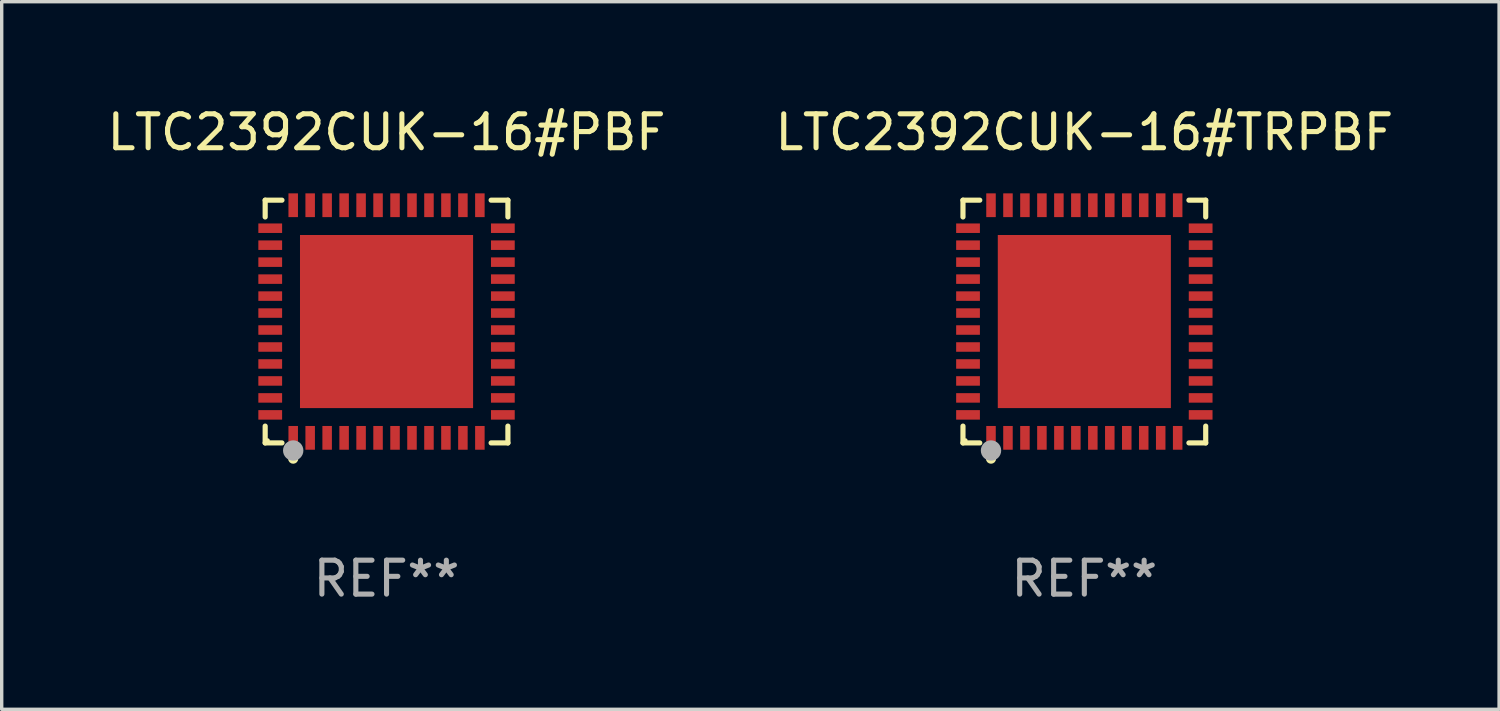
<source format=kicad_pcb>
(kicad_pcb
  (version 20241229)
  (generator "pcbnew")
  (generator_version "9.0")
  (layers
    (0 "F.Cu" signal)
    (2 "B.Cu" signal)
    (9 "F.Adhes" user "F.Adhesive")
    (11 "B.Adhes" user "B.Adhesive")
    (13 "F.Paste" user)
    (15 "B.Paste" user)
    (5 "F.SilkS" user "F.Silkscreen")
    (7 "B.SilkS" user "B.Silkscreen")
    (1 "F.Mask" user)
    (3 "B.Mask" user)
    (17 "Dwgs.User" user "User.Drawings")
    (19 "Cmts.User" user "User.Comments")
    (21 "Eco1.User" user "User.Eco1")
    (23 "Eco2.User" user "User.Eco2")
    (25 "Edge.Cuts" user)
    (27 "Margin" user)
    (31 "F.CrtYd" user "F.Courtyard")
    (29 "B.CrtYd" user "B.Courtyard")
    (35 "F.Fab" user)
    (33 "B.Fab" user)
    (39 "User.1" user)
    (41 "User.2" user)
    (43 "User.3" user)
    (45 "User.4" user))
  (footprint "LTC2392CUK-16#TRPBF"
    (layer "F.Cu")
    (at 28.899 6.424)
    (property "Reference" "LTC2392CUK-16#TRPBF" (at 0 -5.576 0) (layer "F.SilkS") (effects (font (size 1 1) (thickness 0.15))))
    (attr through_hole)
    (fp_line (start -3.576 -3.576) (end -3.081 -3.576) (stroke (width 0.152) (type solid)) (layer "F.SilkS"))
    (fp_line (start -3.576 -3.081) (end -3.576 -3.576) (stroke (width 0.152) (type solid)) (layer "F.SilkS"))
    (fp_line (start -3.576 3.081) (end -3.576 3.576) (stroke (width 0.152) (type solid)) (layer "F.SilkS"))
    (fp_line (start -3.576 3.576) (end -3.081 3.576) (stroke (width 0.152) (type solid)) (layer "F.SilkS"))
    (fp_line (start 3.576 -3.576) (end 3.081 -3.576) (stroke (width 0.152) (type solid)) (layer "F.SilkS"))
    (fp_line (start 3.576 -3.081) (end 3.576 -3.576) (stroke (width 0.152) (type solid)) (layer "F.SilkS"))
    (fp_line (start 3.576 3.081) (end 3.576 3.576) (stroke (width 0.152) (type solid)) (layer "F.SilkS"))
    (fp_line (start 3.576 3.576) (end 3.081 3.576) (stroke (width 0.152) (type solid)) (layer "F.SilkS"))
    (fp_circle (center -3.5 3.5) (end -3.47 3.5) (stroke (width 0.06) (type solid)) (fill no) (layer "F.SilkS"))
    (fp_circle (center -2.75 4.04) (end -2.675 4.04) (stroke (width 0.15) (type solid)) (fill no) (layer "F.SilkS"))
    (fp_circle (center -2.75 3.8) (end -2.6 3.8) (stroke (width 0.3) (type solid)) (fill no) (layer "F.Fab"))
    (fp_text user "REF**" (at 0 7.576 0) (layer "F.Fab") (effects (font (size 1 1) (thickness 0.15))))
    (pad "1" smd rect (at -2.75 3.427) (size 0.28 0.7) (layers "F.Cu" "F.Mask" "F.Paste"))
    (pad "2" smd rect (at -2.25 3.427) (size 0.28 0.7) (layers "F.Cu" "F.Mask" "F.Paste"))
    (pad "3" smd rect (at -1.75 3.427) (size 0.28 0.7) (layers "F.Cu" "F.Mask" "F.Paste"))
    (pad "4" smd rect (at -1.25 3.427) (size 0.28 0.7) (layers "F.Cu" "F.Mask" "F.Paste"))
    (pad "5" smd rect (at -0.75 3.427) (size 0.28 0.7) (layers "F.Cu" "F.Mask" "F.Paste"))
    (pad "6" smd rect (at -0.25 3.427) (size 0.28 0.7) (layers "F.Cu" "F.Mask" "F.Paste"))
    (pad "7" smd rect (at 0.25 3.427) (size 0.28 0.7) (layers "F.Cu" "F.Mask" "F.Paste"))
    (pad "8" smd rect (at 0.75 3.427) (size 0.28 0.7) (layers "F.Cu" "F.Mask" "F.Paste"))
    (pad "9" smd rect (at 1.25 3.427) (size 0.28 0.7) (layers "F.Cu" "F.Mask" "F.Paste"))
    (pad "10" smd rect (at 1.75 3.427) (size 0.28 0.7) (layers "F.Cu" "F.Mask" "F.Paste"))
    (pad "11" smd rect (at 2.25 3.427) (size 0.28 0.7) (layers "F.Cu" "F.Mask" "F.Paste"))
    (pad "12" smd rect (at 2.75 3.427) (size 0.28 0.7) (layers "F.Cu" "F.Mask" "F.Paste"))
    (pad "13" smd rect (at 3.427 2.75) (size 0.7 0.28) (layers "F.Cu" "F.Mask" "F.Paste"))
    (pad "14" smd rect (at 3.427 2.25) (size 0.7 0.28) (layers "F.Cu" "F.Mask" "F.Paste"))
    (pad "15" smd rect (at 3.427 1.75) (size 0.7 0.28) (layers "F.Cu" "F.Mask" "F.Paste"))
    (pad "16" smd rect (at 3.427 1.25) (size 0.7 0.28) (layers "F.Cu" "F.Mask" "F.Paste"))
    (pad "17" smd rect (at 3.427 0.75) (size 0.7 0.28) (layers "F.Cu" "F.Mask" "F.Paste"))
    (pad "18" smd rect (at 3.427 0.25) (size 0.7 0.28) (layers "F.Cu" "F.Mask" "F.Paste"))
    (pad "19" smd rect (at 3.427 -0.25) (size 0.7 0.28) (layers "F.Cu" "F.Mask" "F.Paste"))
    (pad "20" smd rect (at 3.427 -0.75) (size 0.7 0.28) (layers "F.Cu" "F.Mask" "F.Paste"))
    (pad "21" smd rect (at 3.427 -1.25) (size 0.7 0.28) (layers "F.Cu" "F.Mask" "F.Paste"))
    (pad "22" smd rect (at 3.427 -1.75) (size 0.7 0.28) (layers "F.Cu" "F.Mask" "F.Paste"))
    (pad "23" smd rect (at 3.427 -2.25) (size 0.7 0.28) (layers "F.Cu" "F.Mask" "F.Paste"))
    (pad "24" smd rect (at 3.427 -2.75) (size 0.7 0.28) (layers "F.Cu" "F.Mask" "F.Paste"))
    (pad "25" smd rect (at 2.75 -3.427) (size 0.28 0.7) (layers "F.Cu" "F.Mask" "F.Paste"))
    (pad "26" smd rect (at 2.25 -3.427) (size 0.28 0.7) (layers "F.Cu" "F.Mask" "F.Paste"))
    (pad "27" smd rect (at 1.75 -3.427) (size 0.28 0.7) (layers "F.Cu" "F.Mask" "F.Paste"))
    (pad "28" smd rect (at 1.25 -3.427) (size 0.28 0.7) (layers "F.Cu" "F.Mask" "F.Paste"))
    (pad "29" smd rect (at 0.75 -3.427) (size 0.28 0.7) (layers "F.Cu" "F.Mask" "F.Paste"))
    (pad "30" smd rect (at 0.25 -3.427) (size 0.28 0.7) (layers "F.Cu" "F.Mask" "F.Paste"))
    (pad "31" smd rect (at -0.25 -3.427) (size 0.28 0.7) (layers "F.Cu" "F.Mask" "F.Paste"))
    (pad "32" smd rect (at -0.75 -3.427) (size 0.28 0.7) (layers "F.Cu" "F.Mask" "F.Paste"))
    (pad "33" smd rect (at -1.25 -3.427) (size 0.28 0.7) (layers "F.Cu" "F.Mask" "F.Paste"))
    (pad "34" smd rect (at -1.75 -3.427) (size 0.28 0.7) (layers "F.Cu" "F.Mask" "F.Paste"))
    (pad "35" smd rect (at -2.25 -3.427) (size 0.28 0.7) (layers "F.Cu" "F.Mask" "F.Paste"))
    (pad "36" smd rect (at -2.75 -3.427) (size 0.28 0.7) (layers "F.Cu" "F.Mask" "F.Paste"))
    (pad "37" smd rect (at -3.427 -2.75) (size 0.7 0.28) (layers "F.Cu" "F.Mask" "F.Paste"))
    (pad "38" smd rect (at -3.427 -2.25) (size 0.7 0.28) (layers "F.Cu" "F.Mask" "F.Paste"))
    (pad "39" smd rect (at -3.427 -1.75) (size 0.7 0.28) (layers "F.Cu" "F.Mask" "F.Paste"))
    (pad "40" smd rect (at -3.427 -1.25) (size 0.7 0.28) (layers "F.Cu" "F.Mask" "F.Paste"))
    (pad "41" smd rect (at -3.427 -0.75) (size 0.7 0.28) (layers "F.Cu" "F.Mask" "F.Paste"))
    (pad "42" smd rect (at -3.427 -0.25) (size 0.7 0.28) (layers "F.Cu" "F.Mask" "F.Paste"))
    (pad "43" smd rect (at -3.427 0.25) (size 0.7 0.28) (layers "F.Cu" "F.Mask" "F.Paste"))
    (pad "44" smd rect (at -3.427 0.75) (size 0.7 0.28) (layers "F.Cu" "F.Mask" "F.Paste"))
    (pad "45" smd rect (at -3.427 1.25) (size 0.7 0.28) (layers "F.Cu" "F.Mask" "F.Paste"))
    (pad "46" smd rect (at -3.427 1.75) (size 0.7 0.28) (layers "F.Cu" "F.Mask" "F.Paste"))
    (pad "47" smd rect (at -3.427 2.25) (size 0.7 0.28) (layers "F.Cu" "F.Mask" "F.Paste"))
    (pad "48" smd rect (at -3.427 2.75) (size 0.7 0.28) (layers "F.Cu" "F.Mask" "F.Paste"))
    (pad "49" smd rect (at 0 0) (size 5.1 5.1) (layers "F.Cu" "F.Mask" "F.Paste")))
  (footprint "LTC2392CUK-16#PBF"
    (layer "F.Cu")
    (at 8.339 6.424)
    (property "Reference" "LTC2392CUK-16#PBF" (at 0 -5.576 0) (layer "F.SilkS") (effects (font (size 1 1) (thickness 0.15))))
    (attr through_hole)
    (fp_line (start -3.576 -3.576) (end -3.081 -3.576) (stroke (width 0.152) (type solid)) (layer "F.SilkS"))
    (fp_line (start -3.576 -3.081) (end -3.576 -3.576) (stroke (width 0.152) (type solid)) (layer "F.SilkS"))
    (fp_line (start -3.576 3.081) (end -3.576 3.576) (stroke (width 0.152) (type solid)) (layer "F.SilkS"))
    (fp_line (start -3.576 3.576) (end -3.081 3.576) (stroke (width 0.152) (type solid)) (layer "F.SilkS"))
    (fp_line (start 3.576 -3.576) (end 3.081 -3.576) (stroke (width 0.152) (type solid)) (layer "F.SilkS"))
    (fp_line (start 3.576 -3.081) (end 3.576 -3.576) (stroke (width 0.152) (type solid)) (layer "F.SilkS"))
    (fp_line (start 3.576 3.081) (end 3.576 3.576) (stroke (width 0.152) (type solid)) (layer "F.SilkS"))
    (fp_line (start 3.576 3.576) (end 3.081 3.576) (stroke (width 0.152) (type solid)) (layer "F.SilkS"))
    (fp_circle (center -3.5 3.5) (end -3.47 3.5) (stroke (width 0.06) (type solid)) (fill no) (layer "F.SilkS"))
    (fp_circle (center -2.75 4.04) (end -2.675 4.04) (stroke (width 0.15) (type solid)) (fill no) (layer "F.SilkS"))
    (fp_circle (center -2.75 3.8) (end -2.6 3.8) (stroke (width 0.3) (type solid)) (fill no) (layer "F.Fab"))
    (fp_text user "REF**" (at 0 7.576 0) (layer "F.Fab") (effects (font (size 1 1) (thickness 0.15))))
    (pad "1" smd rect (at -2.75 3.427) (size 0.28 0.7) (layers "F.Cu" "F.Mask" "F.Paste"))
    (pad "2" smd rect (at -2.25 3.427) (size 0.28 0.7) (layers "F.Cu" "F.Mask" "F.Paste"))
    (pad "3" smd rect (at -1.75 3.427) (size 0.28 0.7) (layers "F.Cu" "F.Mask" "F.Paste"))
    (pad "4" smd rect (at -1.25 3.427) (size 0.28 0.7) (layers "F.Cu" "F.Mask" "F.Paste"))
    (pad "5" smd rect (at -0.75 3.427) (size 0.28 0.7) (layers "F.Cu" "F.Mask" "F.Paste"))
    (pad "6" smd rect (at -0.25 3.427) (size 0.28 0.7) (layers "F.Cu" "F.Mask" "F.Paste"))
    (pad "7" smd rect (at 0.25 3.427) (size 0.28 0.7) (layers "F.Cu" "F.Mask" "F.Paste"))
    (pad "8" smd rect (at 0.75 3.427) (size 0.28 0.7) (layers "F.Cu" "F.Mask" "F.Paste"))
    (pad "9" smd rect (at 1.25 3.427) (size 0.28 0.7) (layers "F.Cu" "F.Mask" "F.Paste"))
    (pad "10" smd rect (at 1.75 3.427) (size 0.28 0.7) (layers "F.Cu" "F.Mask" "F.Paste"))
    (pad "11" smd rect (at 2.25 3.427) (size 0.28 0.7) (layers "F.Cu" "F.Mask" "F.Paste"))
    (pad "12" smd rect (at 2.75 3.427) (size 0.28 0.7) (layers "F.Cu" "F.Mask" "F.Paste"))
    (pad "13" smd rect (at 3.427 2.75) (size 0.7 0.28) (layers "F.Cu" "F.Mask" "F.Paste"))
    (pad "14" smd rect (at 3.427 2.25) (size 0.7 0.28) (layers "F.Cu" "F.Mask" "F.Paste"))
    (pad "15" smd rect (at 3.427 1.75) (size 0.7 0.28) (layers "F.Cu" "F.Mask" "F.Paste"))
    (pad "16" smd rect (at 3.427 1.25) (size 0.7 0.28) (layers "F.Cu" "F.Mask" "F.Paste"))
    (pad "17" smd rect (at 3.427 0.75) (size 0.7 0.28) (layers "F.Cu" "F.Mask" "F.Paste"))
    (pad "18" smd rect (at 3.427 0.25) (size 0.7 0.28) (layers "F.Cu" "F.Mask" "F.Paste"))
    (pad "19" smd rect (at 3.427 -0.25) (size 0.7 0.28) (layers "F.Cu" "F.Mask" "F.Paste"))
    (pad "20" smd rect (at 3.427 -0.75) (size 0.7 0.28) (layers "F.Cu" "F.Mask" "F.Paste"))
    (pad "21" smd rect (at 3.427 -1.25) (size 0.7 0.28) (layers "F.Cu" "F.Mask" "F.Paste"))
    (pad "22" smd rect (at 3.427 -1.75) (size 0.7 0.28) (layers "F.Cu" "F.Mask" "F.Paste"))
    (pad "23" smd rect (at 3.427 -2.25) (size 0.7 0.28) (layers "F.Cu" "F.Mask" "F.Paste"))
    (pad "24" smd rect (at 3.427 -2.75) (size 0.7 0.28) (layers "F.Cu" "F.Mask" "F.Paste"))
    (pad "25" smd rect (at 2.75 -3.427) (size 0.28 0.7) (layers "F.Cu" "F.Mask" "F.Paste"))
    (pad "26" smd rect (at 2.25 -3.427) (size 0.28 0.7) (layers "F.Cu" "F.Mask" "F.Paste"))
    (pad "27" smd rect (at 1.75 -3.427) (size 0.28 0.7) (layers "F.Cu" "F.Mask" "F.Paste"))
    (pad "28" smd rect (at 1.25 -3.427) (size 0.28 0.7) (layers "F.Cu" "F.Mask" "F.Paste"))
    (pad "29" smd rect (at 0.75 -3.427) (size 0.28 0.7) (layers "F.Cu" "F.Mask" "F.Paste"))
    (pad "30" smd rect (at 0.25 -3.427) (size 0.28 0.7) (layers "F.Cu" "F.Mask" "F.Paste"))
    (pad "31" smd rect (at -0.25 -3.427) (size 0.28 0.7) (layers "F.Cu" "F.Mask" "F.Paste"))
    (pad "32" smd rect (at -0.75 -3.427) (size 0.28 0.7) (layers "F.Cu" "F.Mask" "F.Paste"))
    (pad "33" smd rect (at -1.25 -3.427) (size 0.28 0.7) (layers "F.Cu" "F.Mask" "F.Paste"))
    (pad "34" smd rect (at -1.75 -3.427) (size 0.28 0.7) (layers "F.Cu" "F.Mask" "F.Paste"))
    (pad "35" smd rect (at -2.25 -3.427) (size 0.28 0.7) (layers "F.Cu" "F.Mask" "F.Paste"))
    (pad "36" smd rect (at -2.75 -3.427) (size 0.28 0.7) (layers "F.Cu" "F.Mask" "F.Paste"))
    (pad "37" smd rect (at -3.427 -2.75) (size 0.7 0.28) (layers "F.Cu" "F.Mask" "F.Paste"))
    (pad "38" smd rect (at -3.427 -2.25) (size 0.7 0.28) (layers "F.Cu" "F.Mask" "F.Paste"))
    (pad "39" smd rect (at -3.427 -1.75) (size 0.7 0.28) (layers "F.Cu" "F.Mask" "F.Paste"))
    (pad "40" smd rect (at -3.427 -1.25) (size 0.7 0.28) (layers "F.Cu" "F.Mask" "F.Paste"))
    (pad "41" smd rect (at -3.427 -0.75) (size 0.7 0.28) (layers "F.Cu" "F.Mask" "F.Paste"))
    (pad "42" smd rect (at -3.427 -0.25) (size 0.7 0.28) (layers "F.Cu" "F.Mask" "F.Paste"))
    (pad "43" smd rect (at -3.427 0.25) (size 0.7 0.28) (layers "F.Cu" "F.Mask" "F.Paste"))
    (pad "44" smd rect (at -3.427 0.75) (size 0.7 0.28) (layers "F.Cu" "F.Mask" "F.Paste"))
    (pad "45" smd rect (at -3.427 1.25) (size 0.7 0.28) (layers "F.Cu" "F.Mask" "F.Paste"))
    (pad "46" smd rect (at -3.427 1.75) (size 0.7 0.28) (layers "F.Cu" "F.Mask" "F.Paste"))
    (pad "47" smd rect (at -3.427 2.25) (size 0.7 0.28) (layers "F.Cu" "F.Mask" "F.Paste"))
    (pad "48" smd rect (at -3.427 2.75) (size 0.7 0.28) (layers "F.Cu" "F.Mask" "F.Paste"))
    (pad "49" smd rect (at 0 0) (size 5.1 5.1) (layers "F.Cu" "F.Mask" "F.Paste")))
  (gr_rect
    (start -3 -3)
    (end 41.119 17.849)
    (stroke (width 0.1) (type default))
    (fill no)
    (layer "Edge.Cuts")))
</source>
